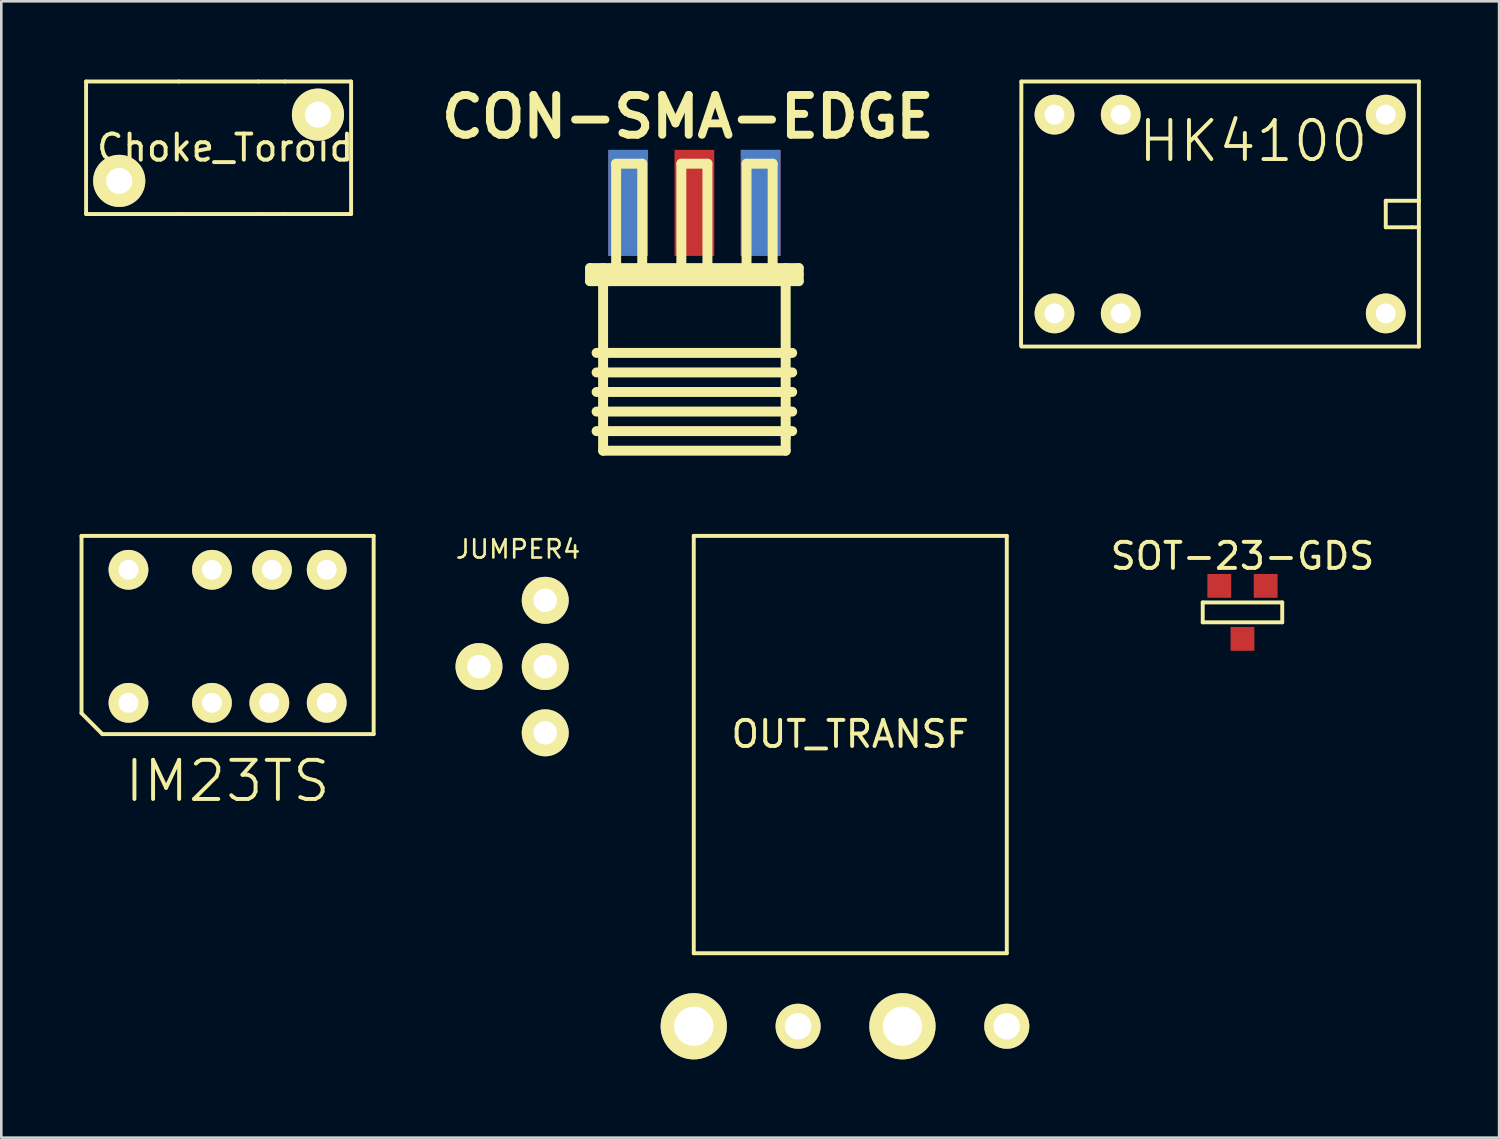
<source format=kicad_pcb>
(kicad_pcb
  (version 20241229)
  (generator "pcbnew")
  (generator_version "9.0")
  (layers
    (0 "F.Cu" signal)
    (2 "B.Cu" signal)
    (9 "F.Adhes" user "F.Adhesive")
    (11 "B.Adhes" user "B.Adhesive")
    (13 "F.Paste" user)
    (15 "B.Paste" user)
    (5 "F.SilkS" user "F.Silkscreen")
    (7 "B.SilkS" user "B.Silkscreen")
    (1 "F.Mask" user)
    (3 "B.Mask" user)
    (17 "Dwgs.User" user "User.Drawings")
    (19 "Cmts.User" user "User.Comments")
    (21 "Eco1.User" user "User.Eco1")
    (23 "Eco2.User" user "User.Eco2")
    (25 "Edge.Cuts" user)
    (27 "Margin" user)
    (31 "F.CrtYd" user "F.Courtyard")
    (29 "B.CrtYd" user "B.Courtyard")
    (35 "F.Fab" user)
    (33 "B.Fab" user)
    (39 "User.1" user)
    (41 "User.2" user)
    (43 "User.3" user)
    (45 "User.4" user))
  (footprint "OUT_TRANSF"
    (layer "F.Cu")
    (at 29.547 36.294)
    (property "Reference" "OUT_TRANSF" (at 0 -11.2 0) (layer "F.SilkS") (effects (font (size 1 1) (thickness 0.15))))
    (attr through_hole)
    (fp_line (start -6 -18.8) (end 6 -18.8) (stroke (width 0.15) (type solid)) (layer "F.SilkS"))
    (fp_line (start -6 -2.8) (end -6 -18.8) (stroke (width 0.15) (type solid)) (layer "F.SilkS"))
    (fp_line (start 6 -18.8) (end 6 -2.8) (stroke (width 0.15) (type solid)) (layer "F.SilkS"))
    (fp_line (start 6 -2.8) (end -6 -2.8) (stroke (width 0.15) (type solid)) (layer "F.SilkS"))
    (pad "1" thru_hole circle (at -6 0) (size 2.54 2.54) (drill 1.5) (layers "*.Cu" "*.Mask" "F.SilkS"))
    (pad "2" thru_hole circle (at -2 0) (size 1.727 1.727) (drill 1.016) (layers "*.Cu" "*.Mask" "F.SilkS"))
    (pad "3" thru_hole circle (at 2 0) (size 2.54 2.54) (drill 1.5) (layers "*.Cu" "*.Mask" "F.SilkS"))
    (pad "4" thru_hole circle (at 6 0) (size 1.727 1.727) (drill 1.016) (layers "*.Cu" "*.Mask" "F.SilkS")))
  (footprint "HK4100"
    (layer "F.Cu")
    (at 43.726 5.155)
    (property "Reference" "HK4100" (at 1.27 -2.794 0) (layer "F.SilkS") (effects (font (size 1.5 1.5) (thickness 0.15))))
    (attr through_hole)
    (fp_line (start -7.62 -5.08) (end -7.632 5.032) (stroke (width 0.15) (type solid)) (layer "F.SilkS"))
    (fp_line (start -7.62 5.08) (end 7.62 5.08) (stroke (width 0.15) (type solid)) (layer "F.SilkS"))
    (fp_line (start 6.35 -0.508) (end 6.35 0.508) (stroke (width 0.15) (type solid)) (layer "F.SilkS"))
    (fp_line (start 6.35 0.508) (end 7.366 0.508) (stroke (width 0.15) (type solid)) (layer "F.SilkS"))
    (fp_line (start 7.366 0.508) (end 7.62 0.508) (stroke (width 0.15) (type solid)) (layer "F.SilkS"))
    (fp_line (start 7.62 -5.08) (end -7.62 -5.08) (stroke (width 0.15) (type solid)) (layer "F.SilkS"))
    (fp_line (start 7.62 -0.508) (end 6.35 -0.508) (stroke (width 0.15) (type solid)) (layer "F.SilkS"))
    (fp_line (start 7.62 5.08) (end 7.62 -5.08) (stroke (width 0.15) (type solid)) (layer "F.SilkS"))
    (pad "1" thru_hole circle (at -6.35 3.81) (size 1.524 1.524) (drill 0.762) (layers "*.Cu" "*.Mask" "F.SilkS"))
    (pad "2" thru_hole circle (at -3.81 3.81) (size 1.524 1.524) (drill 0.762) (layers "*.Cu" "*.Mask" "F.SilkS"))
    (pad "3" thru_hole circle (at 6.35 3.81) (size 1.524 1.524) (drill 0.762) (layers "*.Cu" "*.Mask" "F.SilkS"))
    (pad "4" thru_hole circle (at 6.35 -3.81) (size 1.524 1.524) (drill 0.762) (layers "*.Cu" "*.Mask" "F.SilkS"))
    (pad "5" thru_hole circle (at -3.81 -3.81) (size 1.524 1.524) (drill 0.762) (layers "*.Cu" "*.Mask" "F.SilkS"))
    (pad "6" thru_hole circle (at -6.35 -3.81) (size 1.524 1.524) (drill 0.762) (layers "*.Cu" "*.Mask" "F.SilkS")))
  (footprint "IM23TS"
    (layer "F.Cu")
    (at 5.675 21.294)
    (property "Reference" "IM23TS" (at 0 5.6 0) (layer "F.SilkS") (effects (font (size 1.5 1.5) (thickness 0.15))))
    (attr through_hole)
    (fp_line (start -5.6 -3.8) (end -5.6 3) (stroke (width 0.15) (type solid)) (layer "F.SilkS"))
    (fp_line (start -5.6 3) (end -4.8 3.8) (stroke (width 0.15) (type solid)) (layer "F.SilkS"))
    (fp_line (start -4.8 3.8) (end 5.6 3.8) (stroke (width 0.15) (type solid)) (layer "F.SilkS"))
    (fp_line (start 5.6 -3.8) (end -5.6 -3.8) (stroke (width 0.15) (type solid)) (layer "F.SilkS"))
    (fp_line (start 5.6 3.8) (end 5.6 -3.8) (stroke (width 0.15) (type solid)) (layer "F.SilkS"))
    (pad "1" thru_hole circle (at -3.8 2.6) (size 1.524 1.524) (drill 0.762) (layers "*.Cu" "*.Mask" "F.SilkS"))
    (pad "2" thru_hole circle (at -0.6 2.6) (size 1.524 1.524) (drill 0.762) (layers "*.Cu" "*.Mask" "F.SilkS"))
    (pad "3" thru_hole circle (at 1.6 2.6) (size 1.524 1.524) (drill 0.762) (layers "*.Cu" "*.Mask" "F.SilkS"))
    (pad "4" thru_hole circle (at 3.8 2.6) (size 1.524 1.524) (drill 0.762) (layers "*.Cu" "*.Mask" "F.SilkS"))
    (pad "5" thru_hole circle (at 3.8 -2.5) (size 1.524 1.524) (drill 0.762) (layers "*.Cu" "*.Mask" "F.SilkS"))
    (pad "6" thru_hole circle (at 1.7 -2.5) (size 1.524 1.524) (drill 0.762) (layers "*.Cu" "*.Mask" "F.SilkS"))
    (pad "7" thru_hole circle (at -0.6 -2.5) (size 1.524 1.524) (drill 0.762) (layers "*.Cu" "*.Mask" "F.SilkS"))
    (pad "8" thru_hole circle (at -3.8 -2.5) (size 1.524 1.524) (drill 0.762) (layers "*.Cu" "*.Mask" "F.SilkS")))
  (footprint "JUMPER4"
    (layer "F.Cu")
    (at 15.313 22.504)
    (property "Reference" "JUMPER4" (at 1.5 -4.5 0) (layer "F.SilkS") (effects (font (size 0.7 0.7) (thickness 0.1))))
    (attr through_hole)
    (pad "1" thru_hole circle (at 2.54 2.54) (size 1.8 1.8) (drill 0.9) (layers "*.Cu" "*.Mask" "F.SilkS"))
    (pad "2" thru_hole circle (at 0 0) (size 1.8 1.8) (drill 0.9) (layers "*.Cu" "*.Mask" "F.SilkS"))
    (pad "3" thru_hole circle (at 2.54 -2.54) (size 1.8 1.8) (drill 0.9) (layers "*.Cu" "*.Mask" "F.SilkS"))
    (pad "4" thru_hole circle (at 2.54 0) (size 1.8 1.8) (drill 0.9) (layers "*.Cu" "*.Mask" "F.SilkS")))
  (footprint "CON-SMA-EDGE"
    (layer "F.Cu")
    (at 23.571 4.728)
    (property "Reference" "CON-SMA-EDGE" (at -0.254 -3.302 0) (layer "F.SilkS") (effects (font (size 1.524 1.524) (thickness 0.305))))
    (attr through_hole)
    (fp_line (start -4 2.499) (end 4 2.499) (stroke (width 0.381) (type solid)) (layer "F.SilkS"))
    (fp_line (start -4 3) (end -4 2.499) (stroke (width 0.381) (type solid)) (layer "F.SilkS"))
    (fp_line (start -4 3) (end 4 3) (stroke (width 0.381) (type solid)) (layer "F.SilkS"))
    (fp_line (start -3.749 5.751) (end 3.749 5.751) (stroke (width 0.381) (type solid)) (layer "F.SilkS"))
    (fp_line (start -3.749 8.001) (end 3.749 8.001) (stroke (width 0.381) (type solid)) (layer "F.SilkS"))
    (fp_line (start -3.5 9.5) (end -3.5 2.499) (stroke (width 0.381) (type solid)) (layer "F.SilkS"))
    (fp_line (start -3.5 9.5) (end 3.5 9.5) (stroke (width 0.381) (type solid)) (layer "F.SilkS"))
    (fp_line (start -3 -1.501) (end -1.999 -1.501) (stroke (width 0.381) (type solid)) (layer "F.SilkS"))
    (fp_line (start -3 2.499) (end -3 -1.501) (stroke (width 0.381) (type solid)) (layer "F.SilkS"))
    (fp_line (start -1.999 -1.501) (end -1.999 2.499) (stroke (width 0.381) (type solid)) (layer "F.SilkS"))
    (fp_line (start -0.5 -1.501) (end 0.5 -1.501) (stroke (width 0.381) (type solid)) (layer "F.SilkS"))
    (fp_line (start -0.5 2.499) (end -0.5 -1.501) (stroke (width 0.381) (type solid)) (layer "F.SilkS"))
    (fp_line (start 0.5 -1.501) (end 0.5 2.499) (stroke (width 0.381) (type solid)) (layer "F.SilkS"))
    (fp_line (start 1.999 -1.501) (end 3 -1.501) (stroke (width 0.381) (type solid)) (layer "F.SilkS"))
    (fp_line (start 1.999 2.499) (end 1.999 -1.501) (stroke (width 0.381) (type solid)) (layer "F.SilkS"))
    (fp_line (start 3 -1.501) (end 3 2.499) (stroke (width 0.381) (type solid)) (layer "F.SilkS"))
    (fp_line (start 3.5 2.499) (end 3.5 8.999) (stroke (width 0.381) (type solid)) (layer "F.SilkS"))
    (fp_line (start 3.5 9.5) (end 3.5 8.999) (stroke (width 0.381) (type solid)) (layer "F.SilkS"))
    (fp_line (start 3.749 6.5) (end -3.749 6.5) (stroke (width 0.381) (type solid)) (layer "F.SilkS"))
    (fp_line (start 3.749 7.249) (end -3.749 7.249) (stroke (width 0.381) (type solid)) (layer "F.SilkS"))
    (fp_line (start 3.749 8.75) (end -3.749 8.75) (stroke (width 0.381) (type solid)) (layer "F.SilkS"))
    (fp_line (start 4 2.751) (end -4 2.751) (stroke (width 0.381) (type solid)) (layer "F.SilkS"))
    (fp_line (start 4 3) (end 4 2.499) (stroke (width 0.381) (type solid)) (layer "F.SilkS"))
    (pad "1" smd rect (at 0 0) (size 1.524 4.064) (layers "F.Cu" "F.Mask" "F.Paste"))
    (pad "2" smd rect (at -2.54 0) (size 1.524 4.064) (layers "F.Cu" "F.Mask" "F.Paste"))
    (pad "3" smd rect (at -2.54 0) (size 1.524 4.064) (layers "B.Cu" "B.Mask" "B.Paste"))
    (pad "4" smd rect (at 2.54 0) (size 1.524 4.064) (layers "F.Cu" "F.Mask" "F.Paste"))
    (pad "5" smd rect (at 2.54 0) (size 1.524 4.064) (layers "B.Cu" "B.Mask" "B.Paste")))
  (footprint "SOT-23-GDS"
    (layer "F.Cu")
    (at 44.583 20.426)
    (property "Reference" "SOT-23-GDS" (at 0 -2.159 0) (layer "F.SilkS") (effects (font (size 1 1) (thickness 0.15))))
    (attr smd)
    (fp_line (start -1.524 -0.381) (end 1.524 -0.381) (stroke (width 0.15) (type solid)) (layer "F.SilkS"))
    (fp_line (start -1.524 0.381) (end -1.524 -0.381) (stroke (width 0.15) (type solid)) (layer "F.SilkS"))
    (fp_line (start 1.524 -0.381) (end 1.524 0.381) (stroke (width 0.15) (type solid)) (layer "F.SilkS"))
    (fp_line (start 1.524 0.381) (end -1.524 0.381) (stroke (width 0.15) (type solid)) (layer "F.SilkS"))
    (pad "D" smd rect (at 0 1.016) (size 0.914 0.914) (layers "F.Cu" "F.Mask" "F.Paste"))
    (pad "G" smd rect (at 0.889 -1.016) (size 0.914 0.914) (layers "F.Cu" "F.Mask" "F.Paste"))
    (pad "S" smd rect (at -0.889 -1.016) (size 0.914 0.914) (layers "F.Cu" "F.Mask" "F.Paste")))
  (footprint "Choke_Toroid"
    (layer "F.Cu")
    (at 0.25 5.155)
    (property "Reference" "Choke_Toroid" (at 5.334 -2.54 0) (layer "F.SilkS") (effects (font (size 1 1) (thickness 0.15))))
    (attr through_hole)
    (fp_line (start 0 -5.08) (end 0 0) (stroke (width 0.15) (type solid)) (layer "F.SilkS"))
    (fp_line (start 0 -5.08) (end 3.556 -5.08) (stroke (width 0.15) (type solid)) (layer "F.SilkS"))
    (fp_line (start 0 0) (end 3.556 0) (stroke (width 0.15) (type solid)) (layer "F.SilkS"))
    (fp_line (start 3.556 -5.08) (end 6.604 -5.08) (stroke (width 0.15) (type solid)) (layer "F.SilkS"))
    (fp_line (start 3.556 0) (end 6.604 0) (stroke (width 0.15) (type solid)) (layer "F.SilkS"))
    (fp_line (start 7.62 -5.08) (end 6.604 -5.08) (stroke (width 0.15) (type solid)) (layer "F.SilkS"))
    (fp_line (start 7.62 0) (end 6.604 0) (stroke (width 0.15) (type solid)) (layer "F.SilkS"))
    (fp_line (start 10.16 -5.08) (end 7.62 -5.08) (stroke (width 0.15) (type solid)) (layer "F.SilkS"))
    (fp_line (start 10.16 0) (end 7.62 0) (stroke (width 0.15) (type solid)) (layer "F.SilkS"))
    (fp_line (start 10.16 0) (end 10.16 -5.08) (stroke (width 0.15) (type solid)) (layer "F.SilkS"))
    (pad "1" thru_hole circle (at 1.27 -1.27) (size 1.999 1.999) (drill 1.001) (layers "*.Cu" "*.Mask" "F.SilkS"))
    (pad "2" thru_hole circle (at 8.89 -3.81) (size 1.999 1.999) (drill 1.001) (layers "*.Cu" "*.Mask" "F.SilkS")))
  (gr_rect
    (start -3 -3)
    (end 54.421 40.564)
    (stroke (width 0.1) (type default))
    (fill no)
    (layer "Edge.Cuts")))
</source>
